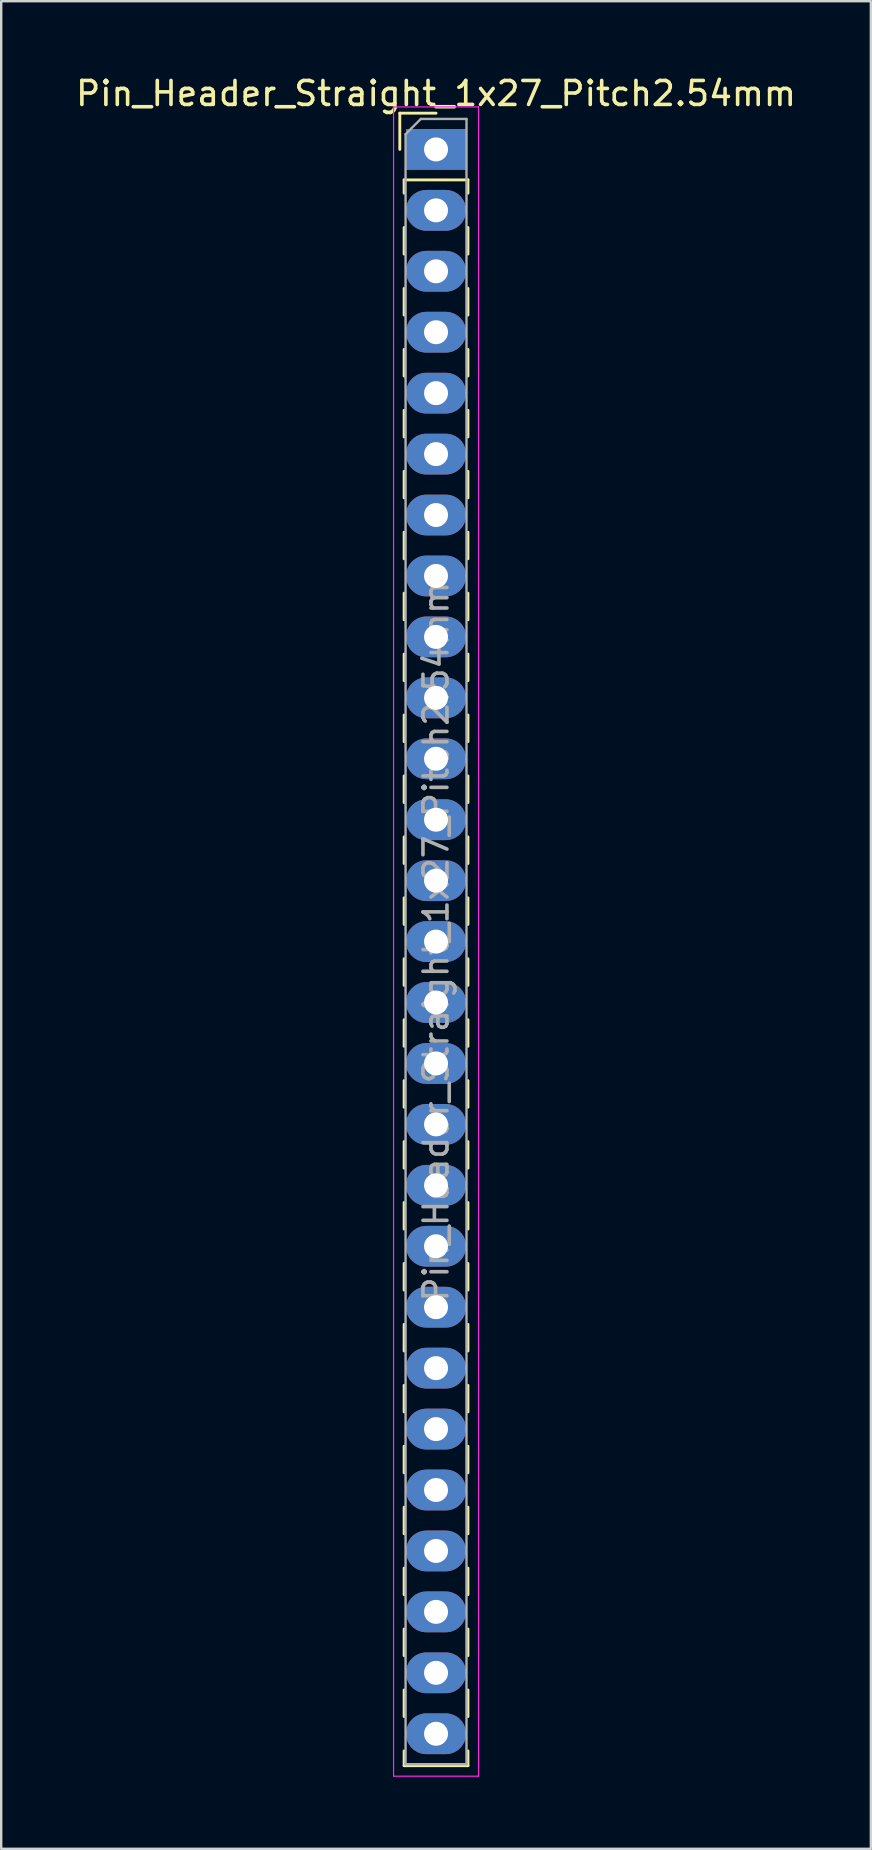
<source format=kicad_pcb>
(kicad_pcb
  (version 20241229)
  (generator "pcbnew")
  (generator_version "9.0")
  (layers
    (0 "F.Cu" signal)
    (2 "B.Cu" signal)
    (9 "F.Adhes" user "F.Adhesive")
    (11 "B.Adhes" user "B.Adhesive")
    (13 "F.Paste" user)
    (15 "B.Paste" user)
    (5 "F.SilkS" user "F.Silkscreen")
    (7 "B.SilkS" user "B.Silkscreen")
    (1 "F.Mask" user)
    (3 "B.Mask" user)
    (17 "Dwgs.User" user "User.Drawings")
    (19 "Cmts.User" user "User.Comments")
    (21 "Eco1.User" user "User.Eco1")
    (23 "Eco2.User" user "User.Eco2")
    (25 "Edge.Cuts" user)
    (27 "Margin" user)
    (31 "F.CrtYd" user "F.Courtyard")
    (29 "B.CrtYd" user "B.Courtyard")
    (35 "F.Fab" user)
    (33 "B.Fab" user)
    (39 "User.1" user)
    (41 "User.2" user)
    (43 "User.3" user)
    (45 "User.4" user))
  (footprint "Pin_Header_Straight_1x27_Pitch2.54mm"
    (layer "F.Cu")
    (at 15.125 3.178)
    (property "Reference" "Pin_Header_Straight_1x27_Pitch2.54mm" (at 0 -2.33 0) (layer "F.SilkS") (effects (font (size 1 1) (thickness 0.15))))
    (attr through_hole)
    (fp_line (start -1.51 -1.51) (end 0 -1.51) (stroke (width 0.12) (type solid)) (layer "F.SilkS"))
    (fp_line (start -1.51 0) (end -1.51 -1.51) (stroke (width 0.12) (type solid)) (layer "F.SilkS"))
    (fp_line (start -1.33 1.27) (end -1.33 1.825) (stroke (width 0.12) (type solid)) (layer "F.SilkS"))
    (fp_line (start -1.33 1.27) (end 1.33 1.27) (stroke (width 0.12) (type solid)) (layer "F.SilkS"))
    (fp_line (start -1.33 3.255) (end -1.33 4.365) (stroke (width 0.12) (type solid)) (layer "F.SilkS"))
    (fp_line (start -1.33 5.795) (end -1.33 6.905) (stroke (width 0.12) (type solid)) (layer "F.SilkS"))
    (fp_line (start -1.33 8.335) (end -1.33 9.445) (stroke (width 0.12) (type solid)) (layer "F.SilkS"))
    (fp_line (start -1.33 10.875) (end -1.33 11.985) (stroke (width 0.12) (type solid)) (layer "F.SilkS"))
    (fp_line (start -1.33 13.415) (end -1.33 14.525) (stroke (width 0.12) (type solid)) (layer "F.SilkS"))
    (fp_line (start -1.33 15.955) (end -1.33 17.065) (stroke (width 0.12) (type solid)) (layer "F.SilkS"))
    (fp_line (start -1.33 18.495) (end -1.33 19.605) (stroke (width 0.12) (type solid)) (layer "F.SilkS"))
    (fp_line (start -1.33 21.035) (end -1.33 22.145) (stroke (width 0.12) (type solid)) (layer "F.SilkS"))
    (fp_line (start -1.33 23.575) (end -1.33 24.685) (stroke (width 0.12) (type solid)) (layer "F.SilkS"))
    (fp_line (start -1.33 26.115) (end -1.33 27.225) (stroke (width 0.12) (type solid)) (layer "F.SilkS"))
    (fp_line (start -1.33 28.655) (end -1.33 29.765) (stroke (width 0.12) (type solid)) (layer "F.SilkS"))
    (fp_line (start -1.33 31.195) (end -1.33 32.305) (stroke (width 0.12) (type solid)) (layer "F.SilkS"))
    (fp_line (start -1.33 33.735) (end -1.33 34.845) (stroke (width 0.12) (type solid)) (layer "F.SilkS"))
    (fp_line (start -1.33 36.275) (end -1.33 37.385) (stroke (width 0.12) (type solid)) (layer "F.SilkS"))
    (fp_line (start -1.33 38.815) (end -1.33 39.925) (stroke (width 0.12) (type solid)) (layer "F.SilkS"))
    (fp_line (start -1.33 41.355) (end -1.33 42.465) (stroke (width 0.12) (type solid)) (layer "F.SilkS"))
    (fp_line (start -1.33 43.895) (end -1.33 45.005) (stroke (width 0.12) (type solid)) (layer "F.SilkS"))
    (fp_line (start -1.33 46.435) (end -1.33 47.545) (stroke (width 0.12) (type solid)) (layer "F.SilkS"))
    (fp_line (start -1.33 48.975) (end -1.33 50.085) (stroke (width 0.12) (type solid)) (layer "F.SilkS"))
    (fp_line (start -1.33 51.515) (end -1.33 52.625) (stroke (width 0.12) (type solid)) (layer "F.SilkS"))
    (fp_line (start -1.33 54.055) (end -1.33 55.165) (stroke (width 0.12) (type solid)) (layer "F.SilkS"))
    (fp_line (start -1.33 56.595) (end -1.33 57.705) (stroke (width 0.12) (type solid)) (layer "F.SilkS"))
    (fp_line (start -1.33 59.135) (end -1.33 60.245) (stroke (width 0.12) (type solid)) (layer "F.SilkS"))
    (fp_line (start -1.33 61.675) (end -1.33 62.785) (stroke (width 0.12) (type solid)) (layer "F.SilkS"))
    (fp_line (start -1.33 64.215) (end -1.33 65.325) (stroke (width 0.12) (type solid)) (layer "F.SilkS"))
    (fp_line (start -1.33 66.755) (end -1.33 67.37) (stroke (width 0.12) (type solid)) (layer "F.SilkS"))
    (fp_line (start -1.33 67.37) (end 1.33 67.37) (stroke (width 0.12) (type solid)) (layer "F.SilkS"))
    (fp_line (start 1.33 1.27) (end 1.33 1.825) (stroke (width 0.12) (type solid)) (layer "F.SilkS"))
    (fp_line (start 1.33 3.255) (end 1.33 4.365) (stroke (width 0.12) (type solid)) (layer "F.SilkS"))
    (fp_line (start 1.33 5.795) (end 1.33 6.905) (stroke (width 0.12) (type solid)) (layer "F.SilkS"))
    (fp_line (start 1.33 8.335) (end 1.33 9.445) (stroke (width 0.12) (type solid)) (layer "F.SilkS"))
    (fp_line (start 1.33 10.875) (end 1.33 11.985) (stroke (width 0.12) (type solid)) (layer "F.SilkS"))
    (fp_line (start 1.33 13.415) (end 1.33 14.525) (stroke (width 0.12) (type solid)) (layer "F.SilkS"))
    (fp_line (start 1.33 15.955) (end 1.33 17.065) (stroke (width 0.12) (type solid)) (layer "F.SilkS"))
    (fp_line (start 1.33 18.495) (end 1.33 19.605) (stroke (width 0.12) (type solid)) (layer "F.SilkS"))
    (fp_line (start 1.33 21.035) (end 1.33 22.145) (stroke (width 0.12) (type solid)) (layer "F.SilkS"))
    (fp_line (start 1.33 23.575) (end 1.33 24.685) (stroke (width 0.12) (type solid)) (layer "F.SilkS"))
    (fp_line (start 1.33 26.115) (end 1.33 27.225) (stroke (width 0.12) (type solid)) (layer "F.SilkS"))
    (fp_line (start 1.33 28.655) (end 1.33 29.765) (stroke (width 0.12) (type solid)) (layer "F.SilkS"))
    (fp_line (start 1.33 31.195) (end 1.33 32.305) (stroke (width 0.12) (type solid)) (layer "F.SilkS"))
    (fp_line (start 1.33 33.735) (end 1.33 34.845) (stroke (width 0.12) (type solid)) (layer "F.SilkS"))
    (fp_line (start 1.33 36.275) (end 1.33 37.385) (stroke (width 0.12) (type solid)) (layer "F.SilkS"))
    (fp_line (start 1.33 38.815) (end 1.33 39.925) (stroke (width 0.12) (type solid)) (layer "F.SilkS"))
    (fp_line (start 1.33 41.355) (end 1.33 42.465) (stroke (width 0.12) (type solid)) (layer "F.SilkS"))
    (fp_line (start 1.33 43.895) (end 1.33 45.005) (stroke (width 0.12) (type solid)) (layer "F.SilkS"))
    (fp_line (start 1.33 46.435) (end 1.33 47.545) (stroke (width 0.12) (type solid)) (layer "F.SilkS"))
    (fp_line (start 1.33 48.975) (end 1.33 50.085) (stroke (width 0.12) (type solid)) (layer "F.SilkS"))
    (fp_line (start 1.33 51.515) (end 1.33 52.625) (stroke (width 0.12) (type solid)) (layer "F.SilkS"))
    (fp_line (start 1.33 54.055) (end 1.33 55.165) (stroke (width 0.12) (type solid)) (layer "F.SilkS"))
    (fp_line (start 1.33 56.595) (end 1.33 57.705) (stroke (width 0.12) (type solid)) (layer "F.SilkS"))
    (fp_line (start 1.33 59.135) (end 1.33 60.245) (stroke (width 0.12) (type solid)) (layer "F.SilkS"))
    (fp_line (start 1.33 61.675) (end 1.33 62.785) (stroke (width 0.12) (type solid)) (layer "F.SilkS"))
    (fp_line (start 1.33 64.215) (end 1.33 65.325) (stroke (width 0.12) (type solid)) (layer "F.SilkS"))
    (fp_line (start 1.33 66.755) (end 1.33 67.37) (stroke (width 0.12) (type solid)) (layer "F.SilkS"))
    (fp_line (start -1.77 -1.77) (end -1.77 67.81) (stroke (width 0.05) (type solid)) (layer "F.CrtYd"))
    (fp_line (start -1.77 67.81) (end 1.77 67.81) (stroke (width 0.05) (type solid)) (layer "F.CrtYd"))
    (fp_line (start 1.77 -1.77) (end -1.77 -1.77) (stroke (width 0.05) (type solid)) (layer "F.CrtYd"))
    (fp_line (start 1.77 67.81) (end 1.77 -1.77) (stroke (width 0.05) (type solid)) (layer "F.CrtYd"))
    (fp_line (start -1.27 -0.635) (end -0.635 -1.27) (stroke (width 0.1) (type solid)) (layer "F.Fab"))
    (fp_line (start -1.27 67.31) (end -1.27 -0.635) (stroke (width 0.1) (type solid)) (layer "F.Fab"))
    (fp_line (start -0.635 -1.27) (end 1.27 -1.27) (stroke (width 0.1) (type solid)) (layer "F.Fab"))
    (fp_line (start 1.27 -1.27) (end 1.27 67.31) (stroke (width 0.1) (type solid)) (layer "F.Fab"))
    (fp_line (start 1.27 67.31) (end -1.27 67.31) (stroke (width 0.1) (type solid)) (layer "F.Fab"))
    (fp_text user "${REFERENCE}" (at 0 33.02 90) (layer "F.Fab") (effects (font (size 1 1) (thickness 0.15))))
    (pad "1" thru_hole rect (at 0 0) (size 2.5 1.7) (drill 1) (layers "*.Cu" "*.Mask"))
    (pad "2" thru_hole oval (at 0 2.54) (size 2.5 1.7) (drill 1) (layers "*.Cu" "*.Mask"))
    (pad "3" thru_hole oval (at 0 5.08) (size 2.5 1.7) (drill 1) (layers "*.Cu" "*.Mask"))
    (pad "4" thru_hole oval (at 0 7.62) (size 2.5 1.7) (drill 1) (layers "*.Cu" "*.Mask"))
    (pad "5" thru_hole oval (at 0 10.16) (size 2.5 1.7) (drill 1) (layers "*.Cu" "*.Mask"))
    (pad "6" thru_hole oval (at 0 12.7) (size 2.5 1.7) (drill 1) (layers "*.Cu" "*.Mask"))
    (pad "7" thru_hole oval (at 0 15.24) (size 2.5 1.7) (drill 1) (layers "*.Cu" "*.Mask"))
    (pad "8" thru_hole oval (at 0 17.78) (size 2.5 1.7) (drill 1) (layers "*.Cu" "*.Mask"))
    (pad "9" thru_hole oval (at 0 20.32) (size 2.5 1.7) (drill 1) (layers "*.Cu" "*.Mask"))
    (pad "10" thru_hole oval (at 0 22.86) (size 2.5 1.7) (drill 1) (layers "*.Cu" "*.Mask"))
    (pad "11" thru_hole oval (at 0 25.4) (size 2.5 1.7) (drill 1) (layers "*.Cu" "*.Mask"))
    (pad "12" thru_hole oval (at 0 27.94) (size 2.5 1.7) (drill 1) (layers "*.Cu" "*.Mask"))
    (pad "13" thru_hole oval (at 0 30.48) (size 2.5 1.7) (drill 1) (layers "*.Cu" "*.Mask"))
    (pad "14" thru_hole oval (at 0 33.02) (size 2.5 1.7) (drill 1) (layers "*.Cu" "*.Mask"))
    (pad "15" thru_hole oval (at 0 35.56) (size 2.5 1.7) (drill 1) (layers "*.Cu" "*.Mask"))
    (pad "16" thru_hole oval (at 0 38.1) (size 2.5 1.7) (drill 1) (layers "*.Cu" "*.Mask"))
    (pad "17" thru_hole oval (at 0 40.64) (size 2.5 1.7) (drill 1) (layers "*.Cu" "*.Mask"))
    (pad "18" thru_hole oval (at 0 43.18) (size 2.5 1.7) (drill 1) (layers "*.Cu" "*.Mask"))
    (pad "19" thru_hole oval (at 0 45.72) (size 2.5 1.7) (drill 1) (layers "*.Cu" "*.Mask"))
    (pad "20" thru_hole oval (at 0 48.26) (size 2.5 1.7) (drill 1) (layers "*.Cu" "*.Mask"))
    (pad "21" thru_hole oval (at 0 50.8) (size 2.5 1.7) (drill 1) (layers "*.Cu" "*.Mask"))
    (pad "22" thru_hole oval (at 0 53.34) (size 2.5 1.7) (drill 1) (layers "*.Cu" "*.Mask"))
    (pad "23" thru_hole oval (at 0 55.88) (size 2.5 1.7) (drill 1) (layers "*.Cu" "*.Mask"))
    (pad "24" thru_hole oval (at 0 58.42) (size 2.5 1.7) (drill 1) (layers "*.Cu" "*.Mask"))
    (pad "25" thru_hole oval (at 0 60.96) (size 2.5 1.7) (drill 1) (layers "*.Cu" "*.Mask"))
    (pad "26" thru_hole oval (at 0 63.5) (size 2.5 1.7) (drill 1) (layers "*.Cu" "*.Mask"))
    (pad "27" thru_hole oval (at 0 66.04) (size 2.5 1.7) (drill 1) (layers "*.Cu" "*.Mask")))
  (gr_rect
    (start -3 -3)
    (end 33.25 74.013)
    (stroke (width 0.1) (type default))
    (fill no)
    (layer "Edge.Cuts")))
</source>
